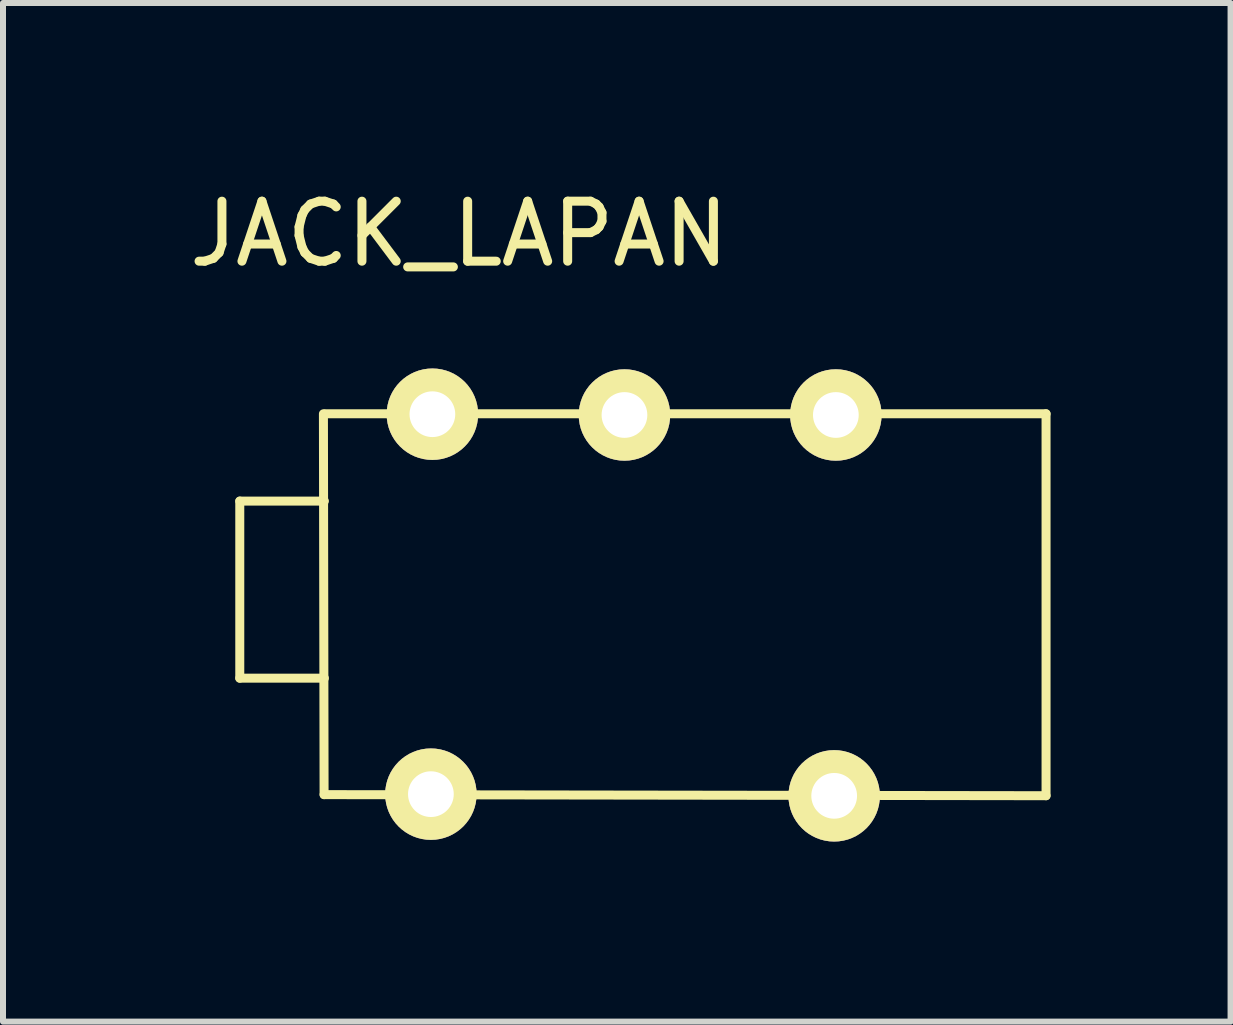
<source format=kicad_pcb>
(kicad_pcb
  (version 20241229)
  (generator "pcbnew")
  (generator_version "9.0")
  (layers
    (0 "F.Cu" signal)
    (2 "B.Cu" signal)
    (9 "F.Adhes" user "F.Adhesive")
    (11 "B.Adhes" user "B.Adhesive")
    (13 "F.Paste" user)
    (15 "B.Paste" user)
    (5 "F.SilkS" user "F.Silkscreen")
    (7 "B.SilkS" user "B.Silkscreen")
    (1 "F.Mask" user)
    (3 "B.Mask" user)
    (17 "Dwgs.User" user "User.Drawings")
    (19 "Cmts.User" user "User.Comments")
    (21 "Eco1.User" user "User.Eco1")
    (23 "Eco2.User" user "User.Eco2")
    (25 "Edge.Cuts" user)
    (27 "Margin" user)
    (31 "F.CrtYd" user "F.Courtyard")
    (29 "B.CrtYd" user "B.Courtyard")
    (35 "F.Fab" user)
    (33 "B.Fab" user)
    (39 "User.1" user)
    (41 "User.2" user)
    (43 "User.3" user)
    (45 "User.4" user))
  (footprint "JACK_LAPAN"
    (layer "F.Cu")
    (at 4.601 0.348)
    (property "Reference" "JACK_LAPAN" (at 0 0.5 0) (layer "F.SilkS") (effects (font (size 1 1) (thickness 0.15))))
    (attr through_hole)
    (fp_line (start -3.655 4.953) (end -3.655 7.904) (stroke (width 0.15) (type solid)) (layer "F.SilkS"))
    (fp_line (start -3.655 7.904) (end -2.245 7.904) (stroke (width 0.15) (type solid)) (layer "F.SilkS"))
    (fp_line (start -2.25 9.845) (end -2.261 3.498) (stroke (width 0.15) (type solid)) (layer "F.SilkS"))
    (fp_line (start -2.245 4.953) (end -3.655 4.953) (stroke (width 0.15) (type solid)) (layer "F.SilkS"))
    (fp_line (start -2.233 3.498) (end 9.782 3.498) (stroke (width 0.15) (type solid)) (layer "F.SilkS"))
    (fp_line (start 9.782 3.498) (end 9.782 9.863) (stroke (width 0.15) (type solid)) (layer "F.SilkS"))
    (fp_line (start 9.782 9.863) (end -2.25 9.845) (stroke (width 0.15) (type solid)) (layer "F.SilkS"))
    (pad "1" thru_hole circle (at -0.47 9.837) (size 1.524 1.524) (drill 0.762) (layers "*.Cu" "*.Mask" "F.SilkS"))
    (pad "1" thru_hole circle (at -0.445 3.505) (size 1.524 1.524) (drill 0.762) (layers "*.Cu" "*.Mask" "F.SilkS"))
    (pad "2" thru_hole circle (at 6.251 9.865) (size 1.524 1.524) (drill 0.762) (layers "*.Cu" "*.Mask" "F.SilkS"))
    (pad "2" thru_hole circle (at 6.279 3.518) (size 1.524 1.524) (drill 0.762) (layers "*.Cu" "*.Mask" "F.SilkS"))
    (pad "3" thru_hole circle (at 2.756 3.518) (size 1.524 1.524) (drill 0.762) (layers "*.Cu" "*.Mask" "F.SilkS")))
  (gr_rect
    (start -3 -3)
    (end 17.458 13.976)
    (stroke (width 0.1) (type default))
    (fill no)
    (layer "Edge.Cuts")))
</source>
